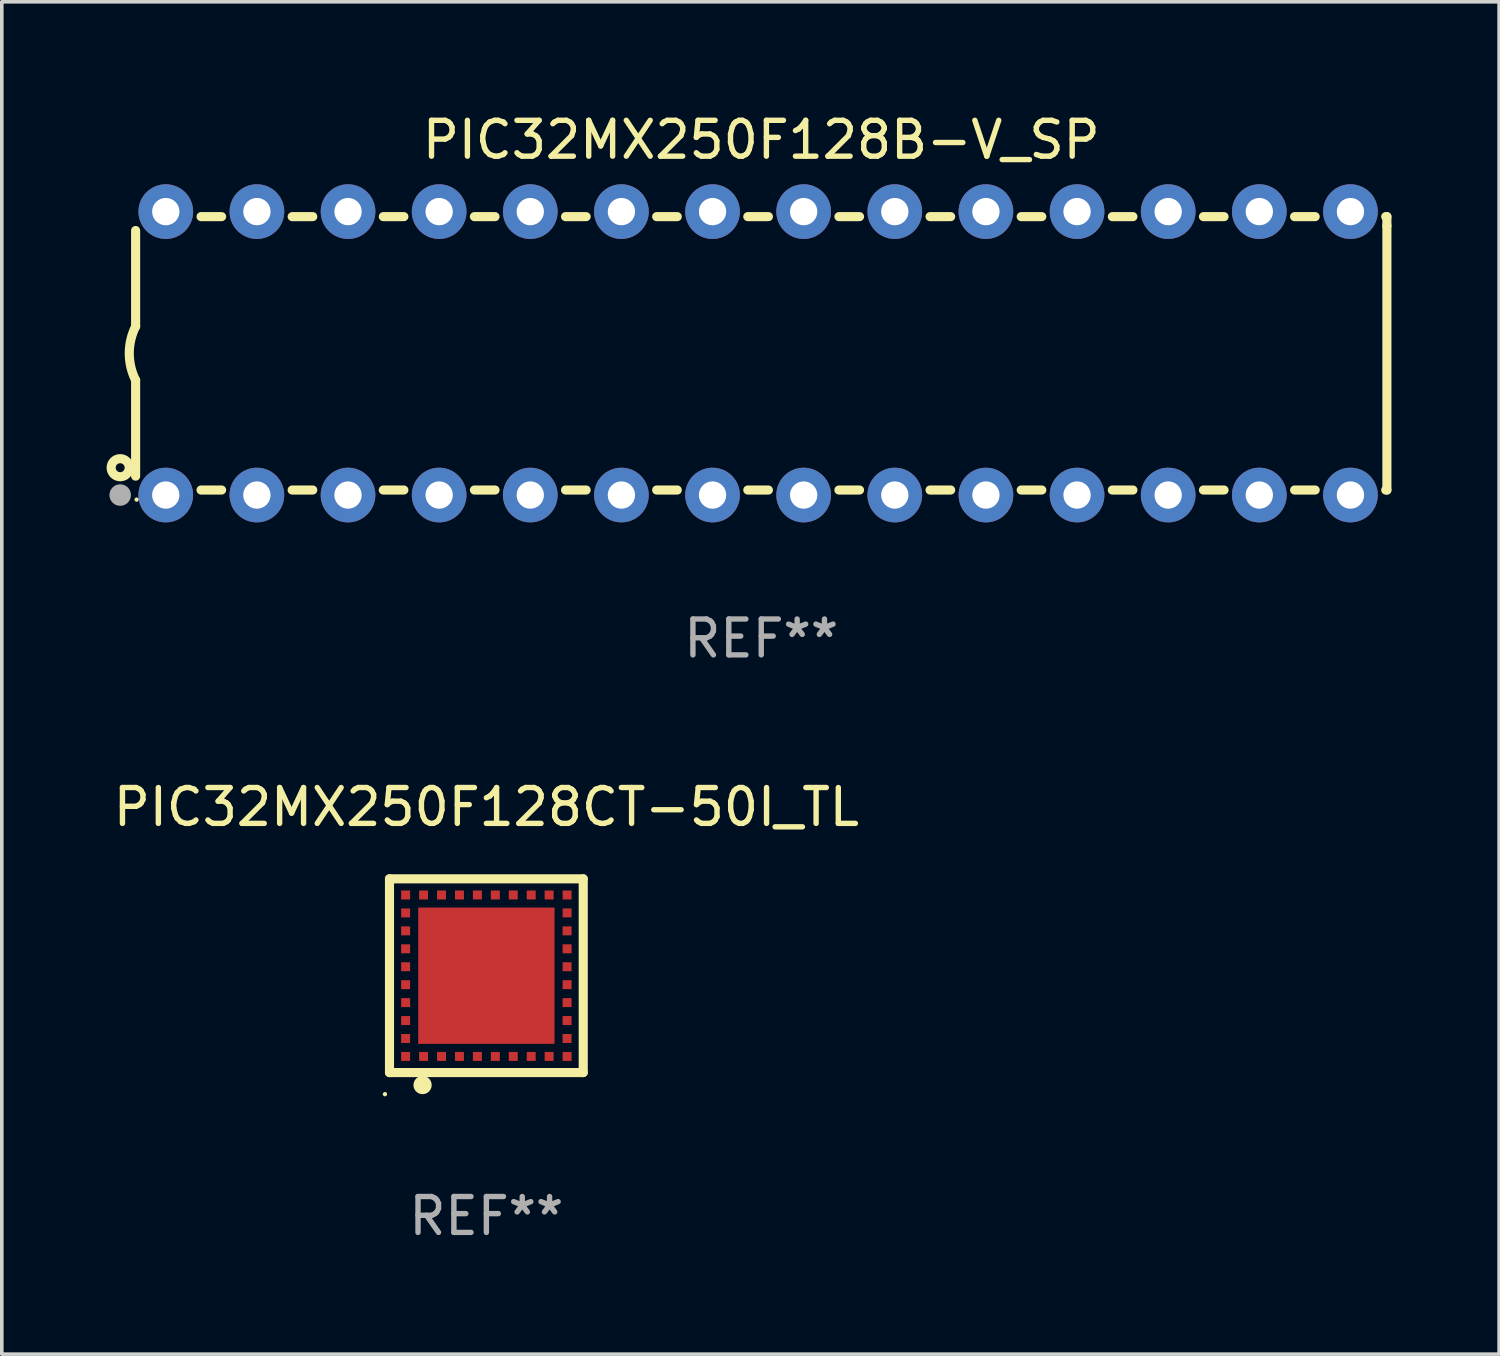
<source format=kicad_pcb>
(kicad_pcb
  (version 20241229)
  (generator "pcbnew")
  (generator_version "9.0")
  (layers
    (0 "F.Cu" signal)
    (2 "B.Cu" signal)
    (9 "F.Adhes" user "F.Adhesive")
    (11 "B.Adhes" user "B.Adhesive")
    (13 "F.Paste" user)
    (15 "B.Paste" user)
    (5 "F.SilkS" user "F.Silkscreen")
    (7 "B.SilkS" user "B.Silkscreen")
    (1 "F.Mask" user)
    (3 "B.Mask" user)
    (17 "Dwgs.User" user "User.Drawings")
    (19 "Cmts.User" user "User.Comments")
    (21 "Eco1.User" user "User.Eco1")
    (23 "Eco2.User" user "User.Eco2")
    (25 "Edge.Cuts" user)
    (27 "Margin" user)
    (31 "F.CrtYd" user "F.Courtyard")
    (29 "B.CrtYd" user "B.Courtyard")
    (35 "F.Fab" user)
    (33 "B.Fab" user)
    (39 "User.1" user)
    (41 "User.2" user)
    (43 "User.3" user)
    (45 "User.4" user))
  (footprint "PIC32MX250F128B-V_SP"
    (layer "F.Cu")
    (at 18.168 6.798)
    (property "Reference" "PIC32MX250F128B-V_SP" (at 0 -5.95 0) (layer "F.SilkS") (effects (font (size 1 1) (thickness 0.15))))
    (attr through_hole)
    (fp_line (start -17.438 0.75) (end -17.438 3.423) (stroke (width 0.254) (type solid)) (layer "F.SilkS"))
    (fp_line (start -17.438 -3.423) (end -17.438 -0.75) (stroke (width 0.254) (type solid)) (layer "F.SilkS"))
    (fp_line (start -15.615 3.81) (end -15.041 3.81) (stroke (width 0.254) (type solid)) (layer "F.SilkS"))
    (fp_line (start -15.041 -3.81) (end -15.614 -3.81) (stroke (width 0.254) (type solid)) (layer "F.SilkS"))
    (fp_line (start -13.075 3.81) (end -12.501 3.81) (stroke (width 0.254) (type solid)) (layer "F.SilkS"))
    (fp_line (start -12.501 -3.81) (end -13.074 -3.81) (stroke (width 0.254) (type solid)) (layer "F.SilkS"))
    (fp_line (start -10.535 3.81) (end -9.961 3.81) (stroke (width 0.254) (type solid)) (layer "F.SilkS"))
    (fp_line (start -9.961 -3.81) (end -10.534 -3.81) (stroke (width 0.254) (type solid)) (layer "F.SilkS"))
    (fp_line (start -7.995 3.81) (end -7.421 3.81) (stroke (width 0.254) (type solid)) (layer "F.SilkS"))
    (fp_line (start -7.421 -3.81) (end -7.995 -3.81) (stroke (width 0.254) (type solid)) (layer "F.SilkS"))
    (fp_line (start -5.455 3.81) (end -4.881 3.81) (stroke (width 0.254) (type solid)) (layer "F.SilkS"))
    (fp_line (start -4.881 -3.81) (end -5.455 -3.81) (stroke (width 0.254) (type solid)) (layer "F.SilkS"))
    (fp_line (start -2.915 3.81) (end -2.341 3.81) (stroke (width 0.254) (type solid)) (layer "F.SilkS"))
    (fp_line (start -2.341 -3.81) (end -2.915 -3.81) (stroke (width 0.254) (type solid)) (layer "F.SilkS"))
    (fp_line (start -0.375 3.81) (end 0.199 3.81) (stroke (width 0.254) (type solid)) (layer "F.SilkS"))
    (fp_line (start 0.199 -3.81) (end -0.375 -3.81) (stroke (width 0.254) (type solid)) (layer "F.SilkS"))
    (fp_line (start 2.165 3.81) (end 2.739 3.81) (stroke (width 0.254) (type solid)) (layer "F.SilkS"))
    (fp_line (start 2.739 -3.81) (end 2.165 -3.81) (stroke (width 0.254) (type solid)) (layer "F.SilkS"))
    (fp_line (start 4.705 3.81) (end 5.279 3.81) (stroke (width 0.254) (type solid)) (layer "F.SilkS"))
    (fp_line (start 5.279 -3.81) (end 4.705 -3.81) (stroke (width 0.254) (type solid)) (layer "F.SilkS"))
    (fp_line (start 7.245 3.81) (end 7.819 3.81) (stroke (width 0.254) (type solid)) (layer "F.SilkS"))
    (fp_line (start 7.819 -3.81) (end 7.245 -3.81) (stroke (width 0.254) (type solid)) (layer "F.SilkS"))
    (fp_line (start 9.785 3.81) (end 10.359 3.81) (stroke (width 0.254) (type solid)) (layer "F.SilkS"))
    (fp_line (start 10.359 -3.81) (end 9.785 -3.81) (stroke (width 0.254) (type solid)) (layer "F.SilkS"))
    (fp_line (start 12.325 3.81) (end 12.899 3.81) (stroke (width 0.254) (type solid)) (layer "F.SilkS"))
    (fp_line (start 12.899 -3.81) (end 12.325 -3.81) (stroke (width 0.254) (type solid)) (layer "F.SilkS"))
    (fp_line (start 14.865 3.81) (end 15.439 3.81) (stroke (width 0.254) (type solid)) (layer "F.SilkS"))
    (fp_line (start 15.439 -3.81) (end 14.865 -3.81) (stroke (width 0.254) (type solid)) (layer "F.SilkS"))
    (fp_line (start 17.405 3.81) (end 17.438 3.81) (stroke (width 0.254) (type solid)) (layer "F.SilkS"))
    (fp_line (start 17.438 -3.81) (end 17.405 -3.81) (stroke (width 0.254) (type solid)) (layer "F.SilkS"))
    (fp_line (start 17.438 -3.556) (end 17.438 -3.81) (stroke (width 0.254) (type solid)) (layer "F.SilkS"))
    (fp_line (start 17.438 3.81) (end 17.438 -3.556) (stroke (width 0.254) (type solid)) (layer "F.SilkS"))
    (fp_arc (start -17.437986 0.749657) (mid -17.614887 -0.000024) (end -17.437783 -0.749657) (stroke (width 0.254001) (type solid)) (layer "F.SilkS"))
    (fp_circle (center -17.868 3.188) (end -17.743 3.188) (stroke (width 0.254) (type solid)) (fill no) (layer "F.SilkS"))
    (fp_circle (center -17.411 4.077) (end -17.381 4.077) (stroke (width 0.06) (type solid)) (fill no) (layer "F.SilkS"))
    (fp_circle (center -17.868 3.95) (end -17.718 3.95) (stroke (width 0.3) (type solid)) (fill no) (layer "F.Fab"))
    (fp_text user "REF**" (at 0 7.95 0) (layer "F.Fab") (effects (font (size 1 1) (thickness 0.15))))
    (pad "1" thru_hole circle (at -16.598 3.95) (size 1.524 1.524) (drill 0.762) (layers "*.Cu" "*.Mask"))
    (pad "2" thru_hole circle (at -14.058 3.95) (size 1.524 1.524) (drill 0.762) (layers "*.Cu" "*.Mask"))
    (pad "3" thru_hole circle (at -11.518 3.95) (size 1.524 1.524) (drill 0.762) (layers "*.Cu" "*.Mask"))
    (pad "4" thru_hole circle (at -8.978 3.95) (size 1.524 1.524) (drill 0.762) (layers "*.Cu" "*.Mask"))
    (pad "5" thru_hole circle (at -6.438 3.95) (size 1.524 1.524) (drill 0.762) (layers "*.Cu" "*.Mask"))
    (pad "6" thru_hole circle (at -3.898 3.95) (size 1.524 1.524) (drill 0.762) (layers "*.Cu" "*.Mask"))
    (pad "7" thru_hole circle (at -1.358 3.95) (size 1.524 1.524) (drill 0.762) (layers "*.Cu" "*.Mask"))
    (pad "8" thru_hole circle (at 1.182 3.95) (size 1.524 1.524) (drill 0.762) (layers "*.Cu" "*.Mask"))
    (pad "9" thru_hole circle (at 3.722 3.95) (size 1.524 1.524) (drill 0.762) (layers "*.Cu" "*.Mask"))
    (pad "10" thru_hole circle (at 6.262 3.95) (size 1.524 1.524) (drill 0.762) (layers "*.Cu" "*.Mask"))
    (pad "11" thru_hole circle (at 8.802 3.95) (size 1.524 1.524) (drill 0.762) (layers "*.Cu" "*.Mask"))
    (pad "12" thru_hole circle (at 11.342 3.95) (size 1.524 1.524) (drill 0.762) (layers "*.Cu" "*.Mask"))
    (pad "13" thru_hole circle (at 13.882 3.95) (size 1.524 1.524) (drill 0.762) (layers "*.Cu" "*.Mask"))
    (pad "14" thru_hole circle (at 16.422 3.95) (size 1.524 1.524) (drill 0.762) (layers "*.Cu" "*.Mask"))
    (pad "15" thru_hole circle (at 16.422 -3.95) (size 1.524 1.524) (drill 0.762) (layers "*.Cu" "*.Mask"))
    (pad "16" thru_hole circle (at 13.882 -3.95) (size 1.524 1.524) (drill 0.762) (layers "*.Cu" "*.Mask"))
    (pad "17" thru_hole circle (at 11.342 -3.95) (size 1.524 1.524) (drill 0.762) (layers "*.Cu" "*.Mask"))
    (pad "18" thru_hole circle (at 8.802 -3.95) (size 1.524 1.524) (drill 0.762) (layers "*.Cu" "*.Mask"))
    (pad "19" thru_hole circle (at 6.262 -3.95) (size 1.524 1.524) (drill 0.762) (layers "*.Cu" "*.Mask"))
    (pad "20" thru_hole circle (at 3.722 -3.95) (size 1.524 1.524) (drill 0.762) (layers "*.Cu" "*.Mask"))
    (pad "21" thru_hole circle (at 1.182 -3.95) (size 1.524 1.524) (drill 0.762) (layers "*.Cu" "*.Mask"))
    (pad "22" thru_hole circle (at -1.358 -3.95) (size 1.524 1.524) (drill 0.762) (layers "*.Cu" "*.Mask"))
    (pad "23" thru_hole circle (at -3.898 -3.95) (size 1.524 1.524) (drill 0.762) (layers "*.Cu" "*.Mask"))
    (pad "24" thru_hole circle (at -6.438 -3.95) (size 1.524 1.524) (drill 0.762) (layers "*.Cu" "*.Mask"))
    (pad "25" thru_hole circle (at -8.978 -3.95) (size 1.524 1.524) (drill 0.762) (layers "*.Cu" "*.Mask"))
    (pad "26" thru_hole circle (at -11.517 -3.95) (size 1.524 1.524) (drill 0.762) (layers "*.Cu" "*.Mask"))
    (pad "27" thru_hole circle (at -14.057 -3.95) (size 1.524 1.524) (drill 0.762) (layers "*.Cu" "*.Mask"))
    (pad "28" thru_hole circle (at -16.597 -3.95) (size 1.524 1.524) (drill 0.762) (layers "*.Cu" "*.Mask")))
  (footprint "PIC32MX250F128CT-50I_TL"
    (layer "F.Cu")
    (at 10.506 24.145)
    (property "Reference" "PIC32MX250F128CT-50I_TL" (at 0 -4.7 0) (layer "F.SilkS") (effects (font (size 1 1) (thickness 0.15))))
    (attr through_hole)
    (fp_line (start -2.7 -2.7) (end 2.7 -2.7) (stroke (width 0.254) (type solid)) (layer "F.SilkS"))
    (fp_line (start -2.7 2.7) (end -2.7 -2.7) (stroke (width 0.254) (type solid)) (layer "F.SilkS"))
    (fp_line (start 2.7 -2.7) (end 2.7 2.7) (stroke (width 0.254) (type solid)) (layer "F.SilkS"))
    (fp_line (start 2.7 2.7) (end -2.7 2.7) (stroke (width 0.254) (type solid)) (layer "F.SilkS"))
    (fp_circle (center -2.827 3.302) (end -2.797 3.302) (stroke (width 0.06) (type solid)) (fill no) (layer "F.SilkS"))
    (fp_circle (center -1.778 3.048) (end -1.651 3.048) (stroke (width 0.254) (type solid)) (fill no) (layer "F.SilkS"))
    (fp_text user "REF**" (at 0 6.7 0) (layer "F.Fab") (effects (font (size 1 1) (thickness 0.15))))
    (pad "1" smd rect (at -1.75 2.25) (size 0.25 0.25) (layers "F.Cu" "F.Mask" "F.Paste"))
    (pad "2" smd rect (at -1.25 2.25) (size 0.25 0.25) (layers "F.Cu" "F.Mask" "F.Paste"))
    (pad "3" smd rect (at -0.75 2.25) (size 0.25 0.25) (layers "F.Cu" "F.Mask" "F.Paste"))
    (pad "4" smd rect (at -0.25 2.25) (size 0.25 0.25) (layers "F.Cu" "F.Mask" "F.Paste"))
    (pad "5" smd rect (at 0.25 2.25) (size 0.25 0.25) (layers "F.Cu" "F.Mask" "F.Paste"))
    (pad "6" smd rect (at 0.75 2.25) (size 0.25 0.25) (layers "F.Cu" "F.Mask" "F.Paste"))
    (pad "7" smd rect (at 1.25 2.25) (size 0.25 0.25) (layers "F.Cu" "F.Mask" "F.Paste"))
    (pad "8" smd rect (at 1.75 2.25) (size 0.25 0.25) (layers "F.Cu" "F.Mask" "F.Paste"))
    (pad "9" smd rect (at 2.25 2.25) (size 0.25 0.25) (layers "F.Cu" "F.Mask" "F.Paste"))
    (pad "10" smd rect (at 2.25 1.75) (size 0.25 0.25) (layers "F.Cu" "F.Mask" "F.Paste"))
    (pad "11" smd rect (at 2.25 1.25) (size 0.25 0.25) (layers "F.Cu" "F.Mask" "F.Paste"))
    (pad "12" smd rect (at 2.25 0.75) (size 0.25 0.25) (layers "F.Cu" "F.Mask" "F.Paste"))
    (pad "13" smd rect (at 2.25 0.25) (size 0.25 0.25) (layers "F.Cu" "F.Mask" "F.Paste"))
    (pad "14" smd rect (at 2.25 -0.25) (size 0.25 0.25) (layers "F.Cu" "F.Mask" "F.Paste"))
    (pad "15" smd rect (at 2.25 -0.75) (size 0.25 0.25) (layers "F.Cu" "F.Mask" "F.Paste"))
    (pad "16" smd rect (at 2.25 -1.25) (size 0.25 0.25) (layers "F.Cu" "F.Mask" "F.Paste"))
    (pad "17" smd rect (at 2.25 -1.75) (size 0.25 0.25) (layers "F.Cu" "F.Mask" "F.Paste"))
    (pad "18" smd rect (at 2.25 -2.25) (size 0.25 0.25) (layers "F.Cu" "F.Mask" "F.Paste"))
    (pad "19" smd rect (at 1.75 -2.25) (size 0.25 0.25) (layers "F.Cu" "F.Mask" "F.Paste"))
    (pad "20" smd rect (at 1.25 -2.25) (size 0.25 0.25) (layers "F.Cu" "F.Mask" "F.Paste"))
    (pad "21" smd rect (at 0.75 -2.25) (size 0.25 0.25) (layers "F.Cu" "F.Mask" "F.Paste"))
    (pad "22" smd rect (at 0.25 -2.25) (size 0.25 0.25) (layers "F.Cu" "F.Mask" "F.Paste"))
    (pad "23" smd rect (at -0.25 -2.25) (size 0.25 0.25) (layers "F.Cu" "F.Mask" "F.Paste"))
    (pad "24" smd rect (at -0.75 -2.25) (size 0.25 0.25) (layers "F.Cu" "F.Mask" "F.Paste"))
    (pad "25" smd rect (at -1.25 -2.25) (size 0.25 0.25) (layers "F.Cu" "F.Mask" "F.Paste"))
    (pad "26" smd rect (at -1.75 -2.25) (size 0.25 0.25) (layers "F.Cu" "F.Mask" "F.Paste"))
    (pad "27" smd rect (at -2.25 -2.25) (size 0.25 0.25) (layers "F.Cu" "F.Mask" "F.Paste"))
    (pad "28" smd rect (at -2.25 -1.75) (size 0.25 0.25) (layers "F.Cu" "F.Mask" "F.Paste"))
    (pad "29" smd rect (at -2.25 -1.25) (size 0.25 0.25) (layers "F.Cu" "F.Mask" "F.Paste"))
    (pad "30" smd rect (at -2.25 -0.75) (size 0.25 0.25) (layers "F.Cu" "F.Mask" "F.Paste"))
    (pad "31" smd rect (at -2.25 -0.25) (size 0.25 0.25) (layers "F.Cu" "F.Mask" "F.Paste"))
    (pad "32" smd rect (at -2.25 0.25) (size 0.25 0.25) (layers "F.Cu" "F.Mask" "F.Paste"))
    (pad "33" smd rect (at -2.25 0.75) (size 0.25 0.25) (layers "F.Cu" "F.Mask" "F.Paste"))
    (pad "34" smd rect (at -2.25 1.25) (size 0.25 0.25) (layers "F.Cu" "F.Mask" "F.Paste"))
    (pad "35" smd rect (at -2.25 1.75) (size 0.25 0.25) (layers "F.Cu" "F.Mask" "F.Paste"))
    (pad "36" smd rect (at -2.25 2.25) (size 0.25 0.25) (layers "F.Cu" "F.Mask" "F.Paste"))
    (pad "37" smd rect (at 0.000127 -0.000076) (size 3.8 3.8) (layers "F.Cu" "F.Mask" "F.Paste")))
  (gr_rect
    (start -3 -3)
    (end 38.733 34.693)
    (stroke (width 0.1) (type default))
    (fill no)
    (layer "Edge.Cuts")))
</source>
